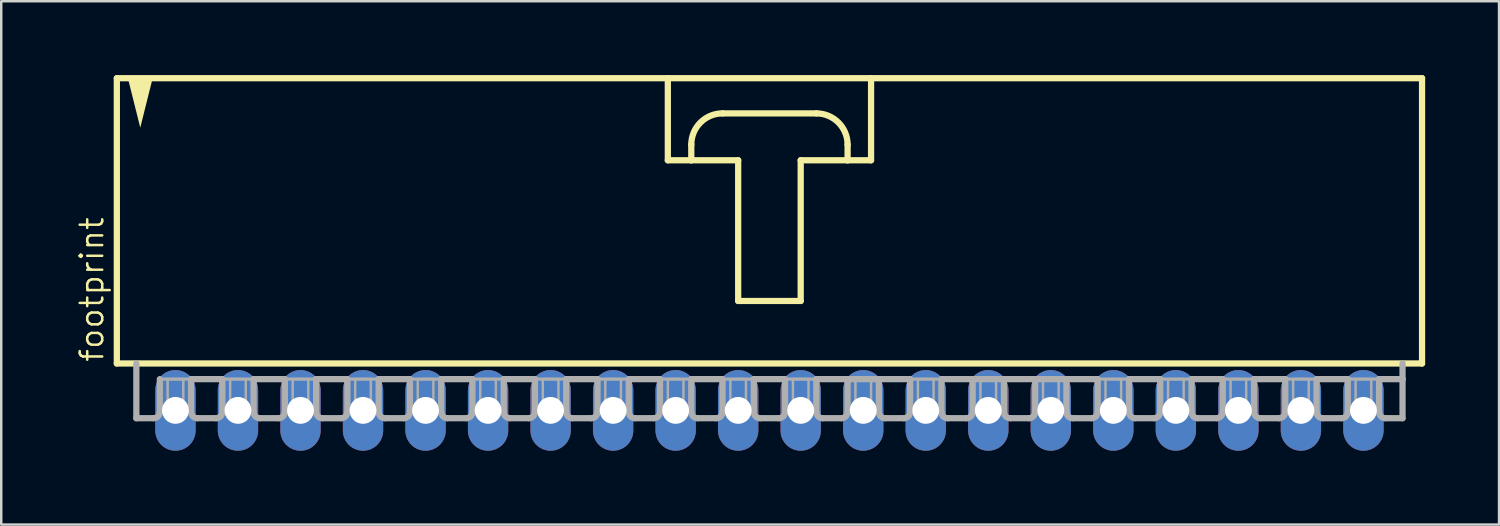
<source format=kicad_pcb>
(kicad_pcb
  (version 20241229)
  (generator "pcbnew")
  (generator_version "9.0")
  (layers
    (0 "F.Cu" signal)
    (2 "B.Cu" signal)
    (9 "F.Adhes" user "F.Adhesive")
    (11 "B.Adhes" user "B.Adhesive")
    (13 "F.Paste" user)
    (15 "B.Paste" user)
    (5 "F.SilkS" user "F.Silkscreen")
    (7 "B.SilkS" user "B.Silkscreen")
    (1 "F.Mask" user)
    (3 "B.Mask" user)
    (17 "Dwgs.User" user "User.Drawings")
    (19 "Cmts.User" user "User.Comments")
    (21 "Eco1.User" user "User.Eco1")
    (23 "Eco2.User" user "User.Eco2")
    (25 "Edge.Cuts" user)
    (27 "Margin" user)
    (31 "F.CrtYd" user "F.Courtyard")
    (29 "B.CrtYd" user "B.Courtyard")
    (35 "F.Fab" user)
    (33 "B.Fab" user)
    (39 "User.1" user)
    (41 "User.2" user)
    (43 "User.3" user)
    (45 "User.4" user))
  (footprint "footprint"
    (layer "F.Cu")
    (at 28.207 6.001)
    (property "Reference" "footprint" (at -26.988 5.715 90) (layer "F.SilkS") (effects (font (size 0.914 0.914) (thickness 0.102)) (justify left bottom)))
    (fp_line (start -26.511 -5.874) (end -26.511 5.715) (stroke (width 0.254) (type solid)) (layer "F.SilkS"))
    (fp_line (start -26.511 5.715) (end 26.511 5.715) (stroke (width 0.254) (type solid)) (layer "F.SilkS"))
    (fp_line (start -4.128 -5.874) (end -4.128 -2.54) (stroke (width 0.254) (type solid)) (layer "F.SilkS"))
    (fp_line (start -4.128 -2.54) (end -3.175 -2.54) (stroke (width 0.254) (type solid)) (layer "F.SilkS"))
    (fp_line (start -3.175 -2.54) (end -3.175 -3.175) (stroke (width 0.254) (type solid)) (layer "F.SilkS"))
    (fp_line (start -3.175 -2.54) (end -1.27 -2.54) (stroke (width 0.254) (type solid)) (layer "F.SilkS"))
    (fp_line (start -1.905 -4.445) (end 1.905 -4.445) (stroke (width 0.254) (type solid)) (layer "F.SilkS"))
    (fp_line (start -1.27 -2.54) (end -1.27 3.175) (stroke (width 0.254) (type solid)) (layer "F.SilkS"))
    (fp_line (start -1.27 3.175) (end 1.27 3.175) (stroke (width 0.254) (type solid)) (layer "F.SilkS"))
    (fp_line (start 1.27 -2.54) (end 3.175 -2.54) (stroke (width 0.254) (type solid)) (layer "F.SilkS"))
    (fp_line (start 1.27 3.175) (end 1.27 -2.54) (stroke (width 0.254) (type solid)) (layer "F.SilkS"))
    (fp_line (start 3.175 -3.175) (end 3.175 -2.54) (stroke (width 0.254) (type solid)) (layer "F.SilkS"))
    (fp_line (start 3.175 -2.54) (end 4.128 -2.54) (stroke (width 0.254) (type solid)) (layer "F.SilkS"))
    (fp_line (start 4.128 -5.874) (end -26.511 -5.874) (stroke (width 0.254) (type solid)) (layer "F.SilkS"))
    (fp_line (start 4.128 -2.54) (end 4.128 -5.874) (stroke (width 0.254) (type solid)) (layer "F.SilkS"))
    (fp_line (start 26.511 -5.874) (end 4.128 -5.874) (stroke (width 0.254) (type solid)) (layer "F.SilkS"))
    (fp_line (start 26.511 5.715) (end 26.511 -5.874) (stroke (width 0.254) (type solid)) (layer "F.SilkS"))
    (fp_arc (start -3.175 -3.175) (mid -2.803026 -4.073026) (end -1.905 -4.445) (stroke (width 0.254) (type solid)) (layer "F.SilkS"))
    (fp_arc (start 1.905 -4.445) (mid 2.803026 -4.073026) (end 3.175 -3.175) (stroke (width 0.254) (type solid)) (layer "F.SilkS"))
    (fp_poly (pts (xy -25.559 -3.864) (xy -26.068 -5.899) (xy -25.05 -5.899)) (stroke (width 0) (type solid)) (fill yes) (layer "F.SilkS"))
    (fp_line (start -25.718 5.715) (end -25.718 7.938) (stroke (width 0.254) (type solid)) (layer "F.Fab"))
    (fp_line (start -25.019 7.938) (end -25.718 7.938) (stroke (width 0.254) (type solid)) (layer "F.Fab"))
    (fp_line (start -24.765 6.35) (end -24.765 7.684) (stroke (width 0.254) (type solid)) (layer "F.Fab"))
    (fp_line (start -24.765 6.35) (end -23.495 6.35) (stroke (width 0.127) (type solid)) (layer "F.Fab"))
    (fp_line (start -23.495 6.35) (end -23.495 7.684) (stroke (width 0.254) (type solid)) (layer "F.Fab"))
    (fp_line (start -23.495 6.35) (end -22.225 6.35) (stroke (width 0.254) (type solid)) (layer "F.Fab"))
    (fp_line (start -22.479 7.938) (end -23.241 7.938) (stroke (width 0.254) (type solid)) (layer "F.Fab"))
    (fp_line (start -22.225 6.35) (end -22.225 7.684) (stroke (width 0.254) (type solid)) (layer "F.Fab"))
    (fp_line (start -22.225 6.35) (end -20.955 6.35) (stroke (width 0.127) (type solid)) (layer "F.Fab"))
    (fp_line (start -20.955 6.35) (end -20.955 7.684) (stroke (width 0.254) (type solid)) (layer "F.Fab"))
    (fp_line (start -20.955 6.35) (end -19.685 6.35) (stroke (width 0.254) (type solid)) (layer "F.Fab"))
    (fp_line (start -19.939 7.938) (end -20.701 7.938) (stroke (width 0.254) (type solid)) (layer "F.Fab"))
    (fp_line (start -19.685 6.35) (end -19.685 7.684) (stroke (width 0.254) (type solid)) (layer "F.Fab"))
    (fp_line (start -19.685 6.35) (end -18.415 6.35) (stroke (width 0.127) (type solid)) (layer "F.Fab"))
    (fp_line (start -18.415 6.35) (end -18.415 7.684) (stroke (width 0.254) (type solid)) (layer "F.Fab"))
    (fp_line (start -18.415 6.35) (end -17.145 6.35) (stroke (width 0.254) (type solid)) (layer "F.Fab"))
    (fp_line (start -17.399 7.938) (end -18.161 7.938) (stroke (width 0.254) (type solid)) (layer "F.Fab"))
    (fp_line (start -17.145 6.35) (end -17.145 7.684) (stroke (width 0.254) (type solid)) (layer "F.Fab"))
    (fp_line (start -17.145 6.35) (end -15.875 6.35) (stroke (width 0.127) (type solid)) (layer "F.Fab"))
    (fp_line (start -15.875 6.35) (end -15.875 7.684) (stroke (width 0.254) (type solid)) (layer "F.Fab"))
    (fp_line (start -15.875 6.35) (end -14.605 6.35) (stroke (width 0.254) (type solid)) (layer "F.Fab"))
    (fp_line (start -14.859 7.938) (end -15.621 7.938) (stroke (width 0.254) (type solid)) (layer "F.Fab"))
    (fp_line (start -14.605 6.35) (end -14.605 7.684) (stroke (width 0.254) (type solid)) (layer "F.Fab"))
    (fp_line (start -14.605 6.35) (end -13.335 6.35) (stroke (width 0.127) (type solid)) (layer "F.Fab"))
    (fp_line (start -13.335 6.35) (end -13.335 7.684) (stroke (width 0.254) (type solid)) (layer "F.Fab"))
    (fp_line (start -13.335 6.35) (end -12.065 6.35) (stroke (width 0.254) (type solid)) (layer "F.Fab"))
    (fp_line (start -12.319 7.938) (end -13.081 7.938) (stroke (width 0.254) (type solid)) (layer "F.Fab"))
    (fp_line (start -12.065 6.35) (end -12.065 7.684) (stroke (width 0.254) (type solid)) (layer "F.Fab"))
    (fp_line (start -12.065 6.35) (end -10.795 6.35) (stroke (width 0.127) (type solid)) (layer "F.Fab"))
    (fp_line (start -10.795 6.35) (end -10.795 7.684) (stroke (width 0.254) (type solid)) (layer "F.Fab"))
    (fp_line (start -10.795 6.35) (end -9.525 6.35) (stroke (width 0.254) (type solid)) (layer "F.Fab"))
    (fp_line (start -9.779 7.938) (end -10.541 7.938) (stroke (width 0.254) (type solid)) (layer "F.Fab"))
    (fp_line (start -9.525 6.35) (end -9.525 7.684) (stroke (width 0.254) (type solid)) (layer "F.Fab"))
    (fp_line (start -9.525 6.35) (end -8.255 6.35) (stroke (width 0.127) (type solid)) (layer "F.Fab"))
    (fp_line (start -8.255 6.35) (end -8.255 7.684) (stroke (width 0.254) (type solid)) (layer "F.Fab"))
    (fp_line (start -8.255 6.35) (end -6.985 6.35) (stroke (width 0.254) (type solid)) (layer "F.Fab"))
    (fp_line (start -7.239 7.938) (end -8.001 7.938) (stroke (width 0.254) (type solid)) (layer "F.Fab"))
    (fp_line (start -6.985 6.35) (end -6.985 7.684) (stroke (width 0.254) (type solid)) (layer "F.Fab"))
    (fp_line (start -6.985 6.35) (end -5.715 6.35) (stroke (width 0.127) (type solid)) (layer "F.Fab"))
    (fp_line (start -5.715 6.35) (end -5.715 7.684) (stroke (width 0.254) (type solid)) (layer "F.Fab"))
    (fp_line (start -5.715 6.35) (end -4.445 6.35) (stroke (width 0.254) (type solid)) (layer "F.Fab"))
    (fp_line (start -4.699 7.938) (end -5.461 7.938) (stroke (width 0.254) (type solid)) (layer "F.Fab"))
    (fp_line (start -4.445 6.35) (end -4.445 7.684) (stroke (width 0.254) (type solid)) (layer "F.Fab"))
    (fp_line (start -4.445 6.35) (end -3.175 6.35) (stroke (width 0.127) (type solid)) (layer "F.Fab"))
    (fp_line (start -3.175 6.35) (end -3.175 7.684) (stroke (width 0.254) (type solid)) (layer "F.Fab"))
    (fp_line (start -3.175 6.35) (end -1.905 6.35) (stroke (width 0.254) (type solid)) (layer "F.Fab"))
    (fp_line (start -2.159 7.938) (end -2.921 7.938) (stroke (width 0.254) (type solid)) (layer "F.Fab"))
    (fp_line (start -1.905 6.35) (end -1.905 7.684) (stroke (width 0.254) (type solid)) (layer "F.Fab"))
    (fp_line (start -1.905 6.35) (end -0.635 6.35) (stroke (width 0.127) (type solid)) (layer "F.Fab"))
    (fp_line (start -0.635 6.35) (end -0.635 7.684) (stroke (width 0.254) (type solid)) (layer "F.Fab"))
    (fp_line (start -0.635 6.35) (end 0.635 6.35) (stroke (width 0.254) (type solid)) (layer "F.Fab"))
    (fp_line (start 0.381 7.938) (end -0.381 7.938) (stroke (width 0.254) (type solid)) (layer "F.Fab"))
    (fp_line (start 0.635 6.35) (end 0.635 7.684) (stroke (width 0.254) (type solid)) (layer "F.Fab"))
    (fp_line (start 0.635 6.35) (end 1.905 6.35) (stroke (width 0.127) (type solid)) (layer "F.Fab"))
    (fp_line (start 1.905 6.35) (end 1.905 7.684) (stroke (width 0.254) (type solid)) (layer "F.Fab"))
    (fp_line (start 1.905 6.35) (end 3.175 6.35) (stroke (width 0.254) (type solid)) (layer "F.Fab"))
    (fp_line (start 2.921 7.938) (end 2.159 7.938) (stroke (width 0.254) (type solid)) (layer "F.Fab"))
    (fp_line (start 3.175 6.35) (end 3.175 7.684) (stroke (width 0.254) (type solid)) (layer "F.Fab"))
    (fp_line (start 3.175 6.35) (end 4.445 6.35) (stroke (width 0.254) (type solid)) (layer "F.Fab"))
    (fp_line (start 4.445 6.35) (end 4.445 7.684) (stroke (width 0.254) (type solid)) (layer "F.Fab"))
    (fp_line (start 4.445 6.35) (end 5.715 6.35) (stroke (width 0.254) (type solid)) (layer "F.Fab"))
    (fp_line (start 5.461 7.938) (end 4.699 7.938) (stroke (width 0.254) (type solid)) (layer "F.Fab"))
    (fp_line (start 5.715 6.35) (end 5.715 7.684) (stroke (width 0.254) (type solid)) (layer "F.Fab"))
    (fp_line (start 5.715 6.35) (end 6.985 6.35) (stroke (width 0.127) (type solid)) (layer "F.Fab"))
    (fp_line (start 6.985 6.35) (end 6.985 7.684) (stroke (width 0.254) (type solid)) (layer "F.Fab"))
    (fp_line (start 6.985 6.35) (end 8.255 6.35) (stroke (width 0.254) (type solid)) (layer "F.Fab"))
    (fp_line (start 8.001 7.938) (end 7.239 7.938) (stroke (width 0.254) (type solid)) (layer "F.Fab"))
    (fp_line (start 8.255 6.35) (end 8.255 7.684) (stroke (width 0.254) (type solid)) (layer "F.Fab"))
    (fp_line (start 8.255 6.35) (end 12.065 6.35) (stroke (width 0.254) (type solid)) (layer "F.Fab"))
    (fp_line (start 9.525 6.35) (end 9.525 7.684) (stroke (width 0.254) (type solid)) (layer "F.Fab"))
    (fp_line (start 10.541 7.938) (end 9.779 7.938) (stroke (width 0.254) (type solid)) (layer "F.Fab"))
    (fp_line (start 10.795 6.35) (end 10.795 7.684) (stroke (width 0.254) (type solid)) (layer "F.Fab"))
    (fp_line (start 12.065 6.35) (end 12.065 7.684) (stroke (width 0.254) (type solid)) (layer "F.Fab"))
    (fp_line (start 12.065 6.35) (end 13.335 6.35) (stroke (width 0.254) (type solid)) (layer "F.Fab"))
    (fp_line (start 12.319 7.938) (end 13.081 7.938) (stroke (width 0.254) (type solid)) (layer "F.Fab"))
    (fp_line (start 13.335 6.35) (end 14.605 6.35) (stroke (width 0.127) (type solid)) (layer "F.Fab"))
    (fp_line (start 13.335 7.684) (end 13.335 6.35) (stroke (width 0.254) (type solid)) (layer "F.Fab"))
    (fp_line (start 14.605 6.35) (end 14.605 7.684) (stroke (width 0.254) (type solid)) (layer "F.Fab"))
    (fp_line (start 14.605 6.35) (end 15.875 6.35) (stroke (width 0.254) (type solid)) (layer "F.Fab"))
    (fp_line (start 14.859 7.938) (end 15.621 7.938) (stroke (width 0.254) (type solid)) (layer "F.Fab"))
    (fp_line (start 15.875 6.35) (end 17.145 6.35) (stroke (width 0.127) (type solid)) (layer "F.Fab"))
    (fp_line (start 15.875 7.684) (end 15.875 6.35) (stroke (width 0.254) (type solid)) (layer "F.Fab"))
    (fp_line (start 17.145 6.35) (end 17.145 7.684) (stroke (width 0.254) (type solid)) (layer "F.Fab"))
    (fp_line (start 17.145 6.35) (end 18.415 6.35) (stroke (width 0.254) (type solid)) (layer "F.Fab"))
    (fp_line (start 17.399 7.938) (end 18.161 7.938) (stroke (width 0.254) (type solid)) (layer "F.Fab"))
    (fp_line (start 18.415 6.35) (end 19.685 6.35) (stroke (width 0.127) (type solid)) (layer "F.Fab"))
    (fp_line (start 18.415 7.684) (end 18.415 6.35) (stroke (width 0.254) (type solid)) (layer "F.Fab"))
    (fp_line (start 19.685 6.35) (end 19.685 7.684) (stroke (width 0.254) (type solid)) (layer "F.Fab"))
    (fp_line (start 19.685 6.35) (end 20.955 6.35) (stroke (width 0.254) (type solid)) (layer "F.Fab"))
    (fp_line (start 19.939 7.938) (end 20.701 7.938) (stroke (width 0.254) (type solid)) (layer "F.Fab"))
    (fp_line (start 20.955 6.35) (end 22.225 6.35) (stroke (width 0.127) (type solid)) (layer "F.Fab"))
    (fp_line (start 20.955 7.684) (end 20.955 6.35) (stroke (width 0.254) (type solid)) (layer "F.Fab"))
    (fp_line (start 22.225 6.35) (end 22.225 7.684) (stroke (width 0.254) (type solid)) (layer "F.Fab"))
    (fp_line (start 22.225 6.35) (end 23.495 6.35) (stroke (width 0.254) (type solid)) (layer "F.Fab"))
    (fp_line (start 22.479 7.938) (end 23.241 7.938) (stroke (width 0.254) (type solid)) (layer "F.Fab"))
    (fp_line (start 23.495 6.35) (end 24.765 6.35) (stroke (width 0.127) (type solid)) (layer "F.Fab"))
    (fp_line (start 23.495 7.684) (end 23.495 6.35) (stroke (width 0.254) (type solid)) (layer "F.Fab"))
    (fp_line (start 24.765 6.35) (end 24.765 7.684) (stroke (width 0.254) (type solid)) (layer "F.Fab"))
    (fp_line (start 24.765 6.35) (end 25.718 6.35) (stroke (width 0.254) (type solid)) (layer "F.Fab"))
    (fp_line (start 25.019 7.938) (end 25.718 7.938) (stroke (width 0.254) (type solid)) (layer "F.Fab"))
    (fp_line (start 25.718 6.35) (end 25.718 5.715) (stroke (width 0.254) (type solid)) (layer "F.Fab"))
    (fp_line (start 25.718 7.938) (end 25.718 6.35) (stroke (width 0.254) (type solid)) (layer "F.Fab"))
    (fp_arc (start -24.765 7.6835) (mid -24.839395 7.863105) (end -25.019 7.9375) (stroke (width 0.254) (type solid)) (layer "F.Fab"))
    (fp_arc (start -23.241 7.9375) (mid -23.420605 7.863105) (end -23.495 7.6835) (stroke (width 0.254) (type solid)) (layer "F.Fab"))
    (fp_arc (start -22.225 7.6835) (mid -22.299395 7.863105) (end -22.479 7.9375) (stroke (width 0.254) (type solid)) (layer "F.Fab"))
    (fp_arc (start -20.701 7.9375) (mid -20.880605 7.863105) (end -20.955 7.6835) (stroke (width 0.254) (type solid)) (layer "F.Fab"))
    (fp_arc (start -19.685 7.6835) (mid -19.759395 7.863105) (end -19.939 7.9375) (stroke (width 0.254) (type solid)) (layer "F.Fab"))
    (fp_arc (start -18.161 7.9375) (mid -18.340605 7.863105) (end -18.415 7.6835) (stroke (width 0.254) (type solid)) (layer "F.Fab"))
    (fp_arc (start -17.145 7.6835) (mid -17.219395 7.863105) (end -17.399 7.9375) (stroke (width 0.254) (type solid)) (layer "F.Fab"))
    (fp_arc (start -15.621 7.9375) (mid -15.800605 7.863105) (end -15.875 7.6835) (stroke (width 0.254) (type solid)) (layer "F.Fab"))
    (fp_arc (start -14.605 7.6835) (mid -14.679395 7.863105) (end -14.859 7.9375) (stroke (width 0.254) (type solid)) (layer "F.Fab"))
    (fp_arc (start -13.081 7.9375) (mid -13.260605 7.863105) (end -13.335 7.6835) (stroke (width 0.254) (type solid)) (layer "F.Fab"))
    (fp_arc (start -12.065 7.6835) (mid -12.139395 7.863105) (end -12.319 7.9375) (stroke (width 0.254) (type solid)) (layer "F.Fab"))
    (fp_arc (start -10.541 7.9375) (mid -10.720605 7.863105) (end -10.795 7.6835) (stroke (width 0.254) (type solid)) (layer "F.Fab"))
    (fp_arc (start -9.525 7.6835) (mid -9.599395 7.863105) (end -9.779 7.9375) (stroke (width 0.254) (type solid)) (layer "F.Fab"))
    (fp_arc (start -8.001 7.9375) (mid -8.180605 7.863105) (end -8.255 7.6835) (stroke (width 0.254) (type solid)) (layer "F.Fab"))
    (fp_arc (start -6.985 7.6835) (mid -7.059395 7.863105) (end -7.239 7.9375) (stroke (width 0.254) (type solid)) (layer "F.Fab"))
    (fp_arc (start -5.461 7.9375) (mid -5.640605 7.863105) (end -5.715 7.6835) (stroke (width 0.254) (type solid)) (layer "F.Fab"))
    (fp_arc (start -4.445 7.6835) (mid -4.519395 7.863105) (end -4.699 7.9375) (stroke (width 0.254) (type solid)) (layer "F.Fab"))
    (fp_arc (start -2.921 7.9375) (mid -3.100605 7.863105) (end -3.175 7.6835) (stroke (width 0.254) (type solid)) (layer "F.Fab"))
    (fp_arc (start -1.905 7.6835) (mid -1.979395 7.863105) (end -2.159 7.9375) (stroke (width 0.254) (type solid)) (layer "F.Fab"))
    (fp_arc (start -0.381 7.9375) (mid -0.560605 7.863105) (end -0.635 7.6835) (stroke (width 0.254) (type solid)) (layer "F.Fab"))
    (fp_arc (start 0.635 7.6835) (mid 0.560605 7.863105) (end 0.381 7.9375) (stroke (width 0.254) (type solid)) (layer "F.Fab"))
    (fp_arc (start 2.159 7.9375) (mid 1.979395 7.863105) (end 1.905 7.6835) (stroke (width 0.254) (type solid)) (layer "F.Fab"))
    (fp_arc (start 3.175 7.6835) (mid 3.100605 7.863105) (end 2.921 7.9375) (stroke (width 0.254) (type solid)) (layer "F.Fab"))
    (fp_arc (start 4.699 7.9375) (mid 4.519395 7.863105) (end 4.445 7.6835) (stroke (width 0.254) (type solid)) (layer "F.Fab"))
    (fp_arc (start 5.715 7.6835) (mid 5.640605 7.863105) (end 5.461 7.9375) (stroke (width 0.254) (type solid)) (layer "F.Fab"))
    (fp_arc (start 7.239 7.9375) (mid 7.059395 7.863105) (end 6.985 7.6835) (stroke (width 0.254) (type solid)) (layer "F.Fab"))
    (fp_arc (start 8.255 7.6835) (mid 8.180605 7.863105) (end 8.001 7.9375) (stroke (width 0.254) (type solid)) (layer "F.Fab"))
    (fp_arc (start 9.779 7.9375) (mid 9.599395 7.863105) (end 9.525 7.6835) (stroke (width 0.254) (type solid)) (layer "F.Fab"))
    (fp_arc (start 10.795 7.6835) (mid 10.720605 7.863105) (end 10.541 7.9375) (stroke (width 0.254) (type solid)) (layer "F.Fab"))
    (fp_arc (start 12.319 7.9375) (mid 12.139395 7.863105) (end 12.065 7.6835) (stroke (width 0.254) (type solid)) (layer "F.Fab"))
    (fp_arc (start 13.335 7.6835) (mid 13.260605 7.863105) (end 13.081 7.9375) (stroke (width 0.254) (type solid)) (layer "F.Fab"))
    (fp_arc (start 14.859 7.9375) (mid 14.679395 7.863105) (end 14.605 7.6835) (stroke (width 0.254) (type solid)) (layer "F.Fab"))
    (fp_arc (start 15.875 7.6835) (mid 15.800605 7.863105) (end 15.621 7.9375) (stroke (width 0.254) (type solid)) (layer "F.Fab"))
    (fp_arc (start 17.399 7.9375) (mid 17.219395 7.863105) (end 17.145 7.6835) (stroke (width 0.254) (type solid)) (layer "F.Fab"))
    (fp_arc (start 18.415 7.6835) (mid 18.340605 7.863105) (end 18.161 7.9375) (stroke (width 0.254) (type solid)) (layer "F.Fab"))
    (fp_arc (start 19.939 7.9375) (mid 19.759395 7.863105) (end 19.685 7.6835) (stroke (width 0.254) (type solid)) (layer "F.Fab"))
    (fp_arc (start 20.955 7.6835) (mid 20.880605 7.863105) (end 20.701 7.9375) (stroke (width 0.254) (type solid)) (layer "F.Fab"))
    (fp_arc (start 22.479 7.9375) (mid 22.299395 7.863105) (end 22.225 7.6835) (stroke (width 0.254) (type solid)) (layer "F.Fab"))
    (fp_arc (start 23.495 7.6835) (mid 23.420605 7.863105) (end 23.241 7.9375) (stroke (width 0.254) (type solid)) (layer "F.Fab"))
    (fp_arc (start 25.019 7.9375) (mid 24.839395 7.863105) (end 24.765 7.6835) (stroke (width 0.254) (type solid)) (layer "F.Fab"))
    (fp_poly (pts (xy -24.448 7.62) (xy -23.812 7.62) (xy -23.812 6.35) (xy -24.448 6.35)) (stroke (width 0.1) (type solid)) (fill no) (layer "F.Fab"))
    (fp_poly (pts (xy -21.907 7.62) (xy -21.273 7.62) (xy -21.273 6.35) (xy -21.907 6.35)) (stroke (width 0.1) (type solid)) (fill no) (layer "F.Fab"))
    (fp_poly (pts (xy -19.367 7.62) (xy -18.733 7.62) (xy -18.733 6.35) (xy -19.367 6.35)) (stroke (width 0.1) (type solid)) (fill no) (layer "F.Fab"))
    (fp_poly (pts (xy -16.828 7.62) (xy -16.192 7.62) (xy -16.192 6.35) (xy -16.828 6.35)) (stroke (width 0.1) (type solid)) (fill no) (layer "F.Fab"))
    (fp_poly (pts (xy -14.287 7.62) (xy -13.652 7.62) (xy -13.652 6.35) (xy -14.287 6.35)) (stroke (width 0.1) (type solid)) (fill no) (layer "F.Fab"))
    (fp_poly (pts (xy -11.748 7.62) (xy -11.113 7.62) (xy -11.113 6.35) (xy -11.748 6.35)) (stroke (width 0.1) (type solid)) (fill no) (layer "F.Fab"))
    (fp_poly (pts (xy -9.207 7.62) (xy -8.572 7.62) (xy -8.572 6.35) (xy -9.207 6.35)) (stroke (width 0.1) (type solid)) (fill no) (layer "F.Fab"))
    (fp_poly (pts (xy -6.668 7.62) (xy -6.032 7.62) (xy -6.032 6.35) (xy -6.668 6.35)) (stroke (width 0.1) (type solid)) (fill no) (layer "F.Fab"))
    (fp_poly (pts (xy -4.128 7.62) (xy -3.493 7.62) (xy -3.493 6.35) (xy -4.128 6.35)) (stroke (width 0.1) (type solid)) (fill no) (layer "F.Fab"))
    (fp_poly (pts (xy -1.587 7.62) (xy -0.953 7.62) (xy -0.953 6.35) (xy -1.587 6.35)) (stroke (width 0.1) (type solid)) (fill no) (layer "F.Fab"))
    (fp_poly (pts (xy 0.953 7.62) (xy 1.587 7.62) (xy 1.587 6.35) (xy 0.953 6.35)) (stroke (width 0.1) (type solid)) (fill no) (layer "F.Fab"))
    (fp_poly (pts (xy 3.493 7.62) (xy 4.128 7.62) (xy 4.128 6.35) (xy 3.493 6.35)) (stroke (width 0.1) (type solid)) (fill no) (layer "F.Fab"))
    (fp_poly (pts (xy 6.032 7.62) (xy 6.668 7.62) (xy 6.668 6.35) (xy 6.032 6.35)) (stroke (width 0.1) (type solid)) (fill no) (layer "F.Fab"))
    (fp_poly (pts (xy 8.572 7.62) (xy 9.207 7.62) (xy 9.207 6.35) (xy 8.572 6.35)) (stroke (width 0.1) (type solid)) (fill no) (layer "F.Fab"))
    (fp_poly (pts (xy 11.113 7.62) (xy 11.748 7.62) (xy 11.748 6.35) (xy 11.113 6.35)) (stroke (width 0.1) (type solid)) (fill no) (layer "F.Fab"))
    (fp_poly (pts (xy 13.652 7.62) (xy 14.287 7.62) (xy 14.287 6.35) (xy 13.652 6.35)) (stroke (width 0.1) (type solid)) (fill no) (layer "F.Fab"))
    (fp_poly (pts (xy 16.192 7.62) (xy 16.828 7.62) (xy 16.828 6.35) (xy 16.192 6.35)) (stroke (width 0.1) (type solid)) (fill no) (layer "F.Fab"))
    (fp_poly (pts (xy 18.733 7.62) (xy 19.367 7.62) (xy 19.367 6.35) (xy 18.733 6.35)) (stroke (width 0.1) (type solid)) (fill no) (layer "F.Fab"))
    (fp_poly (pts (xy 21.273 7.62) (xy 21.907 7.62) (xy 21.907 6.35) (xy 21.273 6.35)) (stroke (width 0.1) (type solid)) (fill no) (layer "F.Fab"))
    (fp_poly (pts (xy 23.812 7.62) (xy 24.448 7.62) (xy 24.448 6.35) (xy 23.812 6.35)) (stroke (width 0.1) (type solid)) (fill no) (layer "F.Fab"))
    (pad "1" thru_hole oval (at -24.13 7.62 90) (size 3.277 1.638) (drill 1.092) (layers "*.Cu" "*.Mask"))
    (pad "2" thru_hole oval (at -21.59 7.62 90) (size 3.277 1.638) (drill 1.092) (layers "*.Cu" "*.Mask"))
    (pad "3" thru_hole oval (at -19.05 7.62 270) (size 3.277 1.638) (drill 1.092) (layers "*.Cu" "*.Mask"))
    (pad "4" thru_hole oval (at -16.51 7.62 270) (size 3.277 1.638) (drill 1.092) (layers "*.Cu" "*.Mask"))
    (pad "5" thru_hole oval (at -13.97 7.62 90) (size 3.277 1.638) (drill 1.092) (layers "*.Cu" "*.Mask"))
    (pad "6" thru_hole oval (at -11.43 7.62 90) (size 3.277 1.638) (drill 1.092) (layers "*.Cu" "*.Mask"))
    (pad "7" thru_hole oval (at -8.89 7.62 90) (size 3.277 1.638) (drill 1.092) (layers "*.Cu" "*.Mask"))
    (pad "8" thru_hole oval (at -6.35 7.62 90) (size 3.277 1.638) (drill 1.092) (layers "*.Cu" "*.Mask"))
    (pad "9" thru_hole oval (at -3.81 7.62 90) (size 3.277 1.638) (drill 1.092) (layers "*.Cu" "*.Mask"))
    (pad "10" thru_hole oval (at -1.27 7.62 90) (size 3.277 1.638) (drill 1.092) (layers "*.Cu" "*.Mask"))
    (pad "11" thru_hole oval (at 1.27 7.62 90) (size 3.277 1.638) (drill 1.092) (layers "*.Cu" "*.Mask"))
    (pad "12" thru_hole oval (at 3.81 7.62 90) (size 3.277 1.638) (drill 1.092) (layers "*.Cu" "*.Mask"))
    (pad "13" thru_hole oval (at 6.35 7.62 90) (size 3.277 1.638) (drill 1.092) (layers "*.Cu" "*.Mask"))
    (pad "14" thru_hole oval (at 8.89 7.62 90) (size 3.277 1.638) (drill 1.092) (layers "*.Cu" "*.Mask"))
    (pad "15" thru_hole oval (at 11.43 7.62 90) (size 3.277 1.638) (drill 1.092) (layers "*.Cu" "*.Mask"))
    (pad "16" thru_hole oval (at 13.97 7.62 90) (size 3.277 1.638) (drill 1.092) (layers "*.Cu" "*.Mask"))
    (pad "17" thru_hole oval (at 16.51 7.62 90) (size 3.277 1.638) (drill 1.092) (layers "*.Cu" "*.Mask"))
    (pad "18" thru_hole oval (at 19.05 7.62 90) (size 3.277 1.638) (drill 1.092) (layers "*.Cu" "*.Mask"))
    (pad "19" thru_hole oval (at 21.59 7.62 90) (size 3.277 1.638) (drill 1.092) (layers "*.Cu" "*.Mask"))
    (pad "20" thru_hole oval (at 24.13 7.62 90) (size 3.277 1.638) (drill 1.092) (layers "*.Cu" "*.Mask")))
  (gr_rect
    (start -3 -3)
    (end 57.845 18.259)
    (stroke (width 0.1) (type default))
    (fill no)
    (layer "Edge.Cuts")))
</source>
